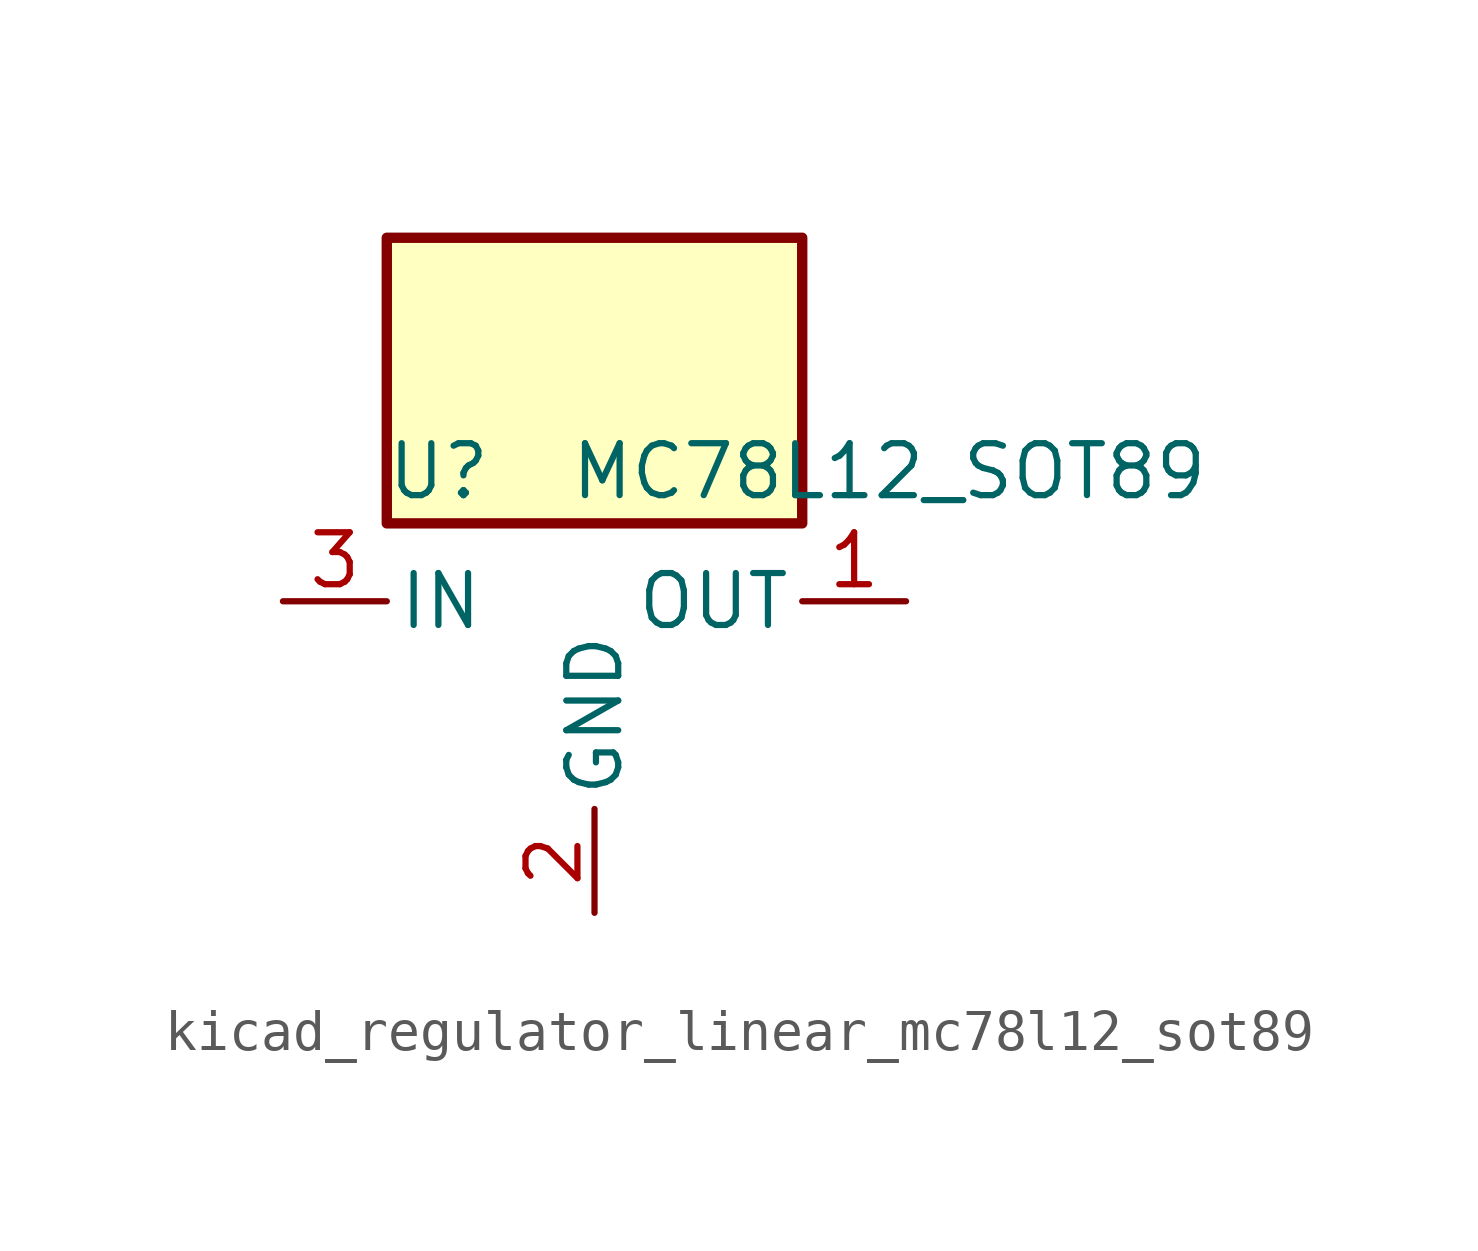
<source format=kicad_sym>
(kicad_symbol_lib
  (version 20220914)
  (generator kicad_symbol_editor)
  (symbol "kicad_regulator_linear_mc78l12_sot89"
    (pin_names
      (offset 0.254))
    (property "Reference" "U"
      (at -3.81 3.175 0)
      (effects (font (size 1.27 1.27))))
    (property "Value" "MC78L12_SOT89"
      (at -0.635 3.175 0)
      (effects (font (size 1.27 1.27)) (justify left)))
    (symbol "kicad_regulator_linear_mc78l12_sot89_0_1"
      (rectangle (start 5.08 8.89) (end -5.08 1.905) (stroke (width 0.254) (type default)) (fill (type background))))
    (symbol "kicad_regulator_linear_mc78l12_sot89_1_1"
      (pin power_out line (at 7.62 0 180) (length 2.54) (name "OUT" (effects (font (size 1.27 1.27)))) (number "1" (effects (font (size 1.27 1.27)))))
      (pin power_in line (at 0 -7.62 90) (length 2.54) (name "GND" (effects (font (size 1.27 1.27)))) (number "2" (effects (font (size 1.27 1.27)))))
      (pin power_in line (at -7.62 0 0) (length 2.54) (name "IN" (effects (font (size 1.27 1.27)))) (number "3" (effects (font (size 1.27 1.27))))))))
</source>
